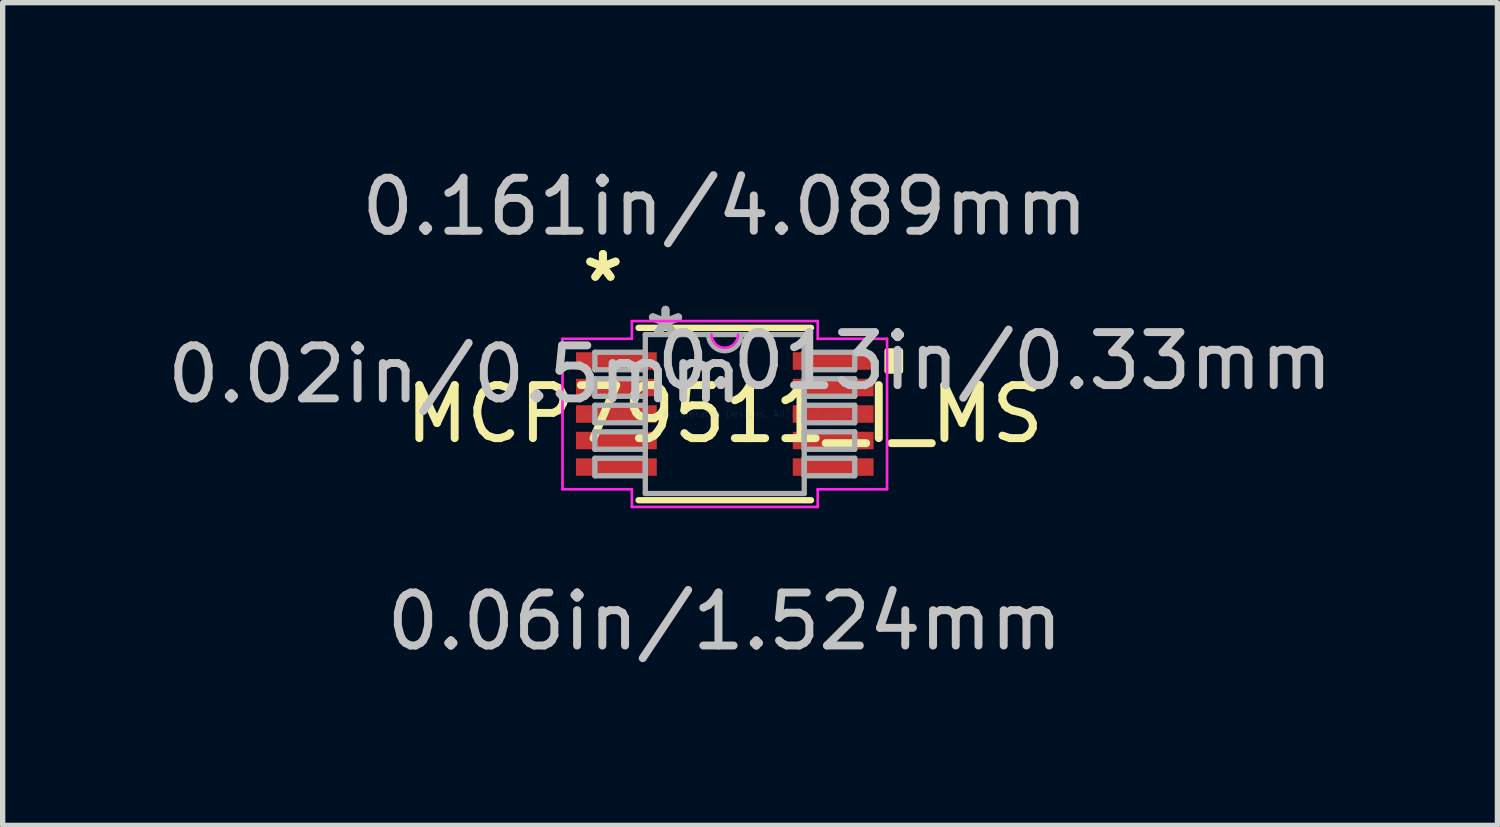
<source format=kicad_pcb>
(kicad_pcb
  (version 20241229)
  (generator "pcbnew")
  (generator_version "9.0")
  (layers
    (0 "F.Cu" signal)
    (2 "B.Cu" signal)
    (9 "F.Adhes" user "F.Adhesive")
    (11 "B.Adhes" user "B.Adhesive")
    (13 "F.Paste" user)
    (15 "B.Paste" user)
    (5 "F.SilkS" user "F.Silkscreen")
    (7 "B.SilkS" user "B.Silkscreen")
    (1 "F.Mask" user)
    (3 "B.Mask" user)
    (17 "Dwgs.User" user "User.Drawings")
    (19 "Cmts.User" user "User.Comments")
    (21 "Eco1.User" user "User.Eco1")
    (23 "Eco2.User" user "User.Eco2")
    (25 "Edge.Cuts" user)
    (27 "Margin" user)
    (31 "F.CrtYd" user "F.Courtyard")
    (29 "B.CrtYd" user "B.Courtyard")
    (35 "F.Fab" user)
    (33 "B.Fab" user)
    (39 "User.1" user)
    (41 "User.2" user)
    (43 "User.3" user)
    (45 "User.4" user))
  (footprint "MCP79511_I_MS"
    (layer "F.Cu")
    (at 10.622 4.76)
    (property "Reference" "MCP79511_I_MS" (at 0 0 0) (layer "F.SilkS") (effects (font (size 1 1) (thickness 0.15))))
    (attr smd)
    (fp_line (start -1.626 1.626) (end 1.626 1.626) (stroke (width 0.12) (type solid)) (layer "F.SilkS"))
    (fp_line (start 1.626 -1.626) (end -1.626 -1.626) (stroke (width 0.12) (type solid)) (layer "F.SilkS"))
    (fp_poly (pts (xy 3.315 -1.191) (xy 3.315 -0.81) (xy 3.061 -0.81) (xy 3.061 -1.191)) (stroke (width 0.1) (type solid)) (fill yes) (layer "F.SilkS"))
    (fp_line (start -3.061 -1.419) (end -1.753 -1.419) (stroke (width 0.05) (type solid)) (layer "F.CrtYd"))
    (fp_line (start -3.061 1.419) (end -3.061 -1.419) (stroke (width 0.05) (type solid)) (layer "F.CrtYd"))
    (fp_line (start -1.753 -1.753) (end 1.753 -1.753) (stroke (width 0.05) (type solid)) (layer "F.CrtYd"))
    (fp_line (start -1.753 -1.419) (end -1.753 -1.753) (stroke (width 0.05) (type solid)) (layer "F.CrtYd"))
    (fp_line (start -1.753 1.419) (end -3.061 1.419) (stroke (width 0.05) (type solid)) (layer "F.CrtYd"))
    (fp_line (start -1.753 1.753) (end -1.753 1.419) (stroke (width 0.05) (type solid)) (layer "F.CrtYd"))
    (fp_line (start 1.753 -1.753) (end 1.753 -1.419) (stroke (width 0.05) (type solid)) (layer "F.CrtYd"))
    (fp_line (start 1.753 -1.419) (end 3.061 -1.419) (stroke (width 0.05) (type solid)) (layer "F.CrtYd"))
    (fp_line (start 1.753 1.419) (end 1.753 1.753) (stroke (width 0.05) (type solid)) (layer "F.CrtYd"))
    (fp_line (start 1.753 1.753) (end -1.753 1.753) (stroke (width 0.05) (type solid)) (layer "F.CrtYd"))
    (fp_line (start 3.061 -1.419) (end 3.061 1.419) (stroke (width 0.05) (type solid)) (layer "F.CrtYd"))
    (fp_line (start 3.061 1.419) (end 1.753 1.419) (stroke (width 0.05) (type solid)) (layer "F.CrtYd"))
    (fp_arc (start 0.249767 -1.4986) (mid 0 -1.248833) (end -0.249767 -1.4986) (stroke (width 0.05) (type solid)) (layer "F.CrtYd"))
    (fp_line (start -2.451 -1.165) (end -2.451 -0.835) (stroke (width 0.1) (type solid)) (layer "F.Fab"))
    (fp_line (start -2.451 -0.835) (end -1.499 -0.835) (stroke (width 0.1) (type solid)) (layer "F.Fab"))
    (fp_line (start -2.451 -0.665) (end -2.451 -0.335) (stroke (width 0.1) (type solid)) (layer "F.Fab"))
    (fp_line (start -2.451 -0.335) (end -1.499 -0.335) (stroke (width 0.1) (type solid)) (layer "F.Fab"))
    (fp_line (start -2.451 -0.165) (end -2.451 0.165) (stroke (width 0.1) (type solid)) (layer "F.Fab"))
    (fp_line (start -2.451 0.165) (end -1.499 0.165) (stroke (width 0.1) (type solid)) (layer "F.Fab"))
    (fp_line (start -2.451 0.335) (end -2.451 0.665) (stroke (width 0.1) (type solid)) (layer "F.Fab"))
    (fp_line (start -2.451 0.665) (end -1.499 0.665) (stroke (width 0.1) (type solid)) (layer "F.Fab"))
    (fp_line (start -2.451 0.835) (end -2.451 1.165) (stroke (width 0.1) (type solid)) (layer "F.Fab"))
    (fp_line (start -2.451 1.165) (end -1.499 1.165) (stroke (width 0.1) (type solid)) (layer "F.Fab"))
    (fp_line (start -1.499 -1.499) (end -1.499 1.499) (stroke (width 0.1) (type solid)) (layer "F.Fab"))
    (fp_line (start -1.499 -1.165) (end -2.451 -1.165) (stroke (width 0.1) (type solid)) (layer "F.Fab"))
    (fp_line (start -1.499 -0.835) (end -1.499 -1.165) (stroke (width 0.1) (type solid)) (layer "F.Fab"))
    (fp_line (start -1.499 -0.665) (end -2.451 -0.665) (stroke (width 0.1) (type solid)) (layer "F.Fab"))
    (fp_line (start -1.499 -0.335) (end -1.499 -0.665) (stroke (width 0.1) (type solid)) (layer "F.Fab"))
    (fp_line (start -1.499 -0.165) (end -2.451 -0.165) (stroke (width 0.1) (type solid)) (layer "F.Fab"))
    (fp_line (start -1.499 0.165) (end -1.499 -0.165) (stroke (width 0.1) (type solid)) (layer "F.Fab"))
    (fp_line (start -1.499 0.335) (end -2.451 0.335) (stroke (width 0.1) (type solid)) (layer "F.Fab"))
    (fp_line (start -1.499 0.665) (end -1.499 0.335) (stroke (width 0.1) (type solid)) (layer "F.Fab"))
    (fp_line (start -1.499 0.835) (end -2.451 0.835) (stroke (width 0.1) (type solid)) (layer "F.Fab"))
    (fp_line (start -1.499 1.165) (end -1.499 0.835) (stroke (width 0.1) (type solid)) (layer "F.Fab"))
    (fp_line (start -1.499 1.499) (end 1.499 1.499) (stroke (width 0.1) (type solid)) (layer "F.Fab"))
    (fp_line (start 1.499 -1.499) (end -1.499 -1.499) (stroke (width 0.1) (type solid)) (layer "F.Fab"))
    (fp_line (start 1.499 -1.165) (end 1.499 -0.835) (stroke (width 0.1) (type solid)) (layer "F.Fab"))
    (fp_line (start 1.499 -0.835) (end 2.451 -0.835) (stroke (width 0.1) (type solid)) (layer "F.Fab"))
    (fp_line (start 1.499 -0.665) (end 1.499 -0.335) (stroke (width 0.1) (type solid)) (layer "F.Fab"))
    (fp_line (start 1.499 -0.335) (end 2.451 -0.335) (stroke (width 0.1) (type solid)) (layer "F.Fab"))
    (fp_line (start 1.499 -0.165) (end 1.499 0.165) (stroke (width 0.1) (type solid)) (layer "F.Fab"))
    (fp_line (start 1.499 0.165) (end 2.451 0.165) (stroke (width 0.1) (type solid)) (layer "F.Fab"))
    (fp_line (start 1.499 0.335) (end 1.499 0.665) (stroke (width 0.1) (type solid)) (layer "F.Fab"))
    (fp_line (start 1.499 0.665) (end 2.451 0.665) (stroke (width 0.1) (type solid)) (layer "F.Fab"))
    (fp_line (start 1.499 0.835) (end 1.499 1.165) (stroke (width 0.1) (type solid)) (layer "F.Fab"))
    (fp_line (start 1.499 1.165) (end 2.451 1.165) (stroke (width 0.1) (type solid)) (layer "F.Fab"))
    (fp_line (start 1.499 1.499) (end 1.499 -1.499) (stroke (width 0.1) (type solid)) (layer "F.Fab"))
    (fp_line (start 2.451 -1.165) (end 1.499 -1.165) (stroke (width 0.1) (type solid)) (layer "F.Fab"))
    (fp_line (start 2.451 -0.835) (end 2.451 -1.165) (stroke (width 0.1) (type solid)) (layer "F.Fab"))
    (fp_line (start 2.451 -0.665) (end 1.499 -0.665) (stroke (width 0.1) (type solid)) (layer "F.Fab"))
    (fp_line (start 2.451 -0.335) (end 2.451 -0.665) (stroke (width 0.1) (type solid)) (layer "F.Fab"))
    (fp_line (start 2.451 -0.165) (end 1.499 -0.165) (stroke (width 0.1) (type solid)) (layer "F.Fab"))
    (fp_line (start 2.451 0.165) (end 2.451 -0.165) (stroke (width 0.1) (type solid)) (layer "F.Fab"))
    (fp_line (start 2.451 0.335) (end 1.499 0.335) (stroke (width 0.1) (type solid)) (layer "F.Fab"))
    (fp_line (start 2.451 0.665) (end 2.451 0.335) (stroke (width 0.1) (type solid)) (layer "F.Fab"))
    (fp_line (start 2.451 0.835) (end 1.499 0.835) (stroke (width 0.1) (type solid)) (layer "F.Fab"))
    (fp_line (start 2.451 1.165) (end 2.451 0.835) (stroke (width 0.1) (type solid)) (layer "F.Fab"))
    (fp_arc (start 0.3048 -1.4986) (mid 0 -1.1938) (end -0.3048 -1.4986) (stroke (width 0.1) (type solid)) (layer "F.Fab"))
    (fp_text user "*" (at -2.299 -2.473 0) (layer "F.SilkS") (effects (font (size 1 1) (thickness 0.15))))
    (fp_text user "*" (at -2.299 -2.473 0) (layer "F.SilkS") (effects (font (size 1 1) (thickness 0.15))))
    (fp_text user "0.013in/0.33mm" (at 5.093 -1 0) (layer "Dwgs.User") (effects (font (size 1 1) (thickness 0.15))))
    (fp_text user "0.161in/4.089mm" (at 0 -3.912 0) (layer "Dwgs.User") (effects (font (size 1 1) (thickness 0.15))))
    (fp_text user "0.02in/0.5mm" (at -5.093 -0.75 0) (layer "Dwgs.User") (effects (font (size 1 1) (thickness 0.15))))
    (fp_text user "0.06in/1.524mm" (at 0 3.912 0) (layer "Dwgs.User") (effects (font (size 1 1) (thickness 0.15))))
    (fp_text user "Copyright 2021 Accelerated Designs. All rights reserved." (at 0 0 0) (layer "Cmts.User") (effects (font (size 0.127 0.127) (thickness 0.002))))
    (fp_text user "*" (at -1.118 -1.422 0) (layer "F.Fab") (effects (font (size 1 1) (thickness 0.15))))
    (fp_text user "*" (at -1.118 -1.422 0) (layer "F.Fab") (effects (font (size 1 1) (thickness 0.15))))
    (pad "1" smd rect (at -2.045 -1) (size 1.524 0.33) (layers "F.Cu" "F.Mask" "F.Paste"))
    (pad "2" smd rect (at -2.045 -0.5) (size 1.524 0.33) (layers "F.Cu" "F.Mask" "F.Paste"))
    (pad "3" smd rect (at -2.045 0) (size 1.524 0.33) (layers "F.Cu" "F.Mask" "F.Paste"))
    (pad "4" smd rect (at -2.045 0.5) (size 1.524 0.33) (layers "F.Cu" "F.Mask" "F.Paste"))
    (pad "5" smd rect (at -2.045 1) (size 1.524 0.33) (layers "F.Cu" "F.Mask" "F.Paste"))
    (pad "6" smd rect (at 2.045 1) (size 1.524 0.33) (layers "F.Cu" "F.Mask" "F.Paste"))
    (pad "7" smd rect (at 2.045 0.5) (size 1.524 0.33) (layers "F.Cu" "F.Mask" "F.Paste"))
    (pad "8" smd rect (at 2.045 0) (size 1.524 0.33) (layers "F.Cu" "F.Mask" "F.Paste"))
    (pad "9" smd rect (at 2.045 -0.5) (size 1.524 0.33) (layers "F.Cu" "F.Mask" "F.Paste"))
    (pad "10" smd rect (at 2.045 -1) (size 1.524 0.33) (layers "F.Cu" "F.Mask" "F.Paste")))
  (gr_rect
    (start -3 -3)
    (end 25.197 12.52)
    (stroke (width 0.1) (type default))
    (fill no)
    (layer "Edge.Cuts")))
</source>
